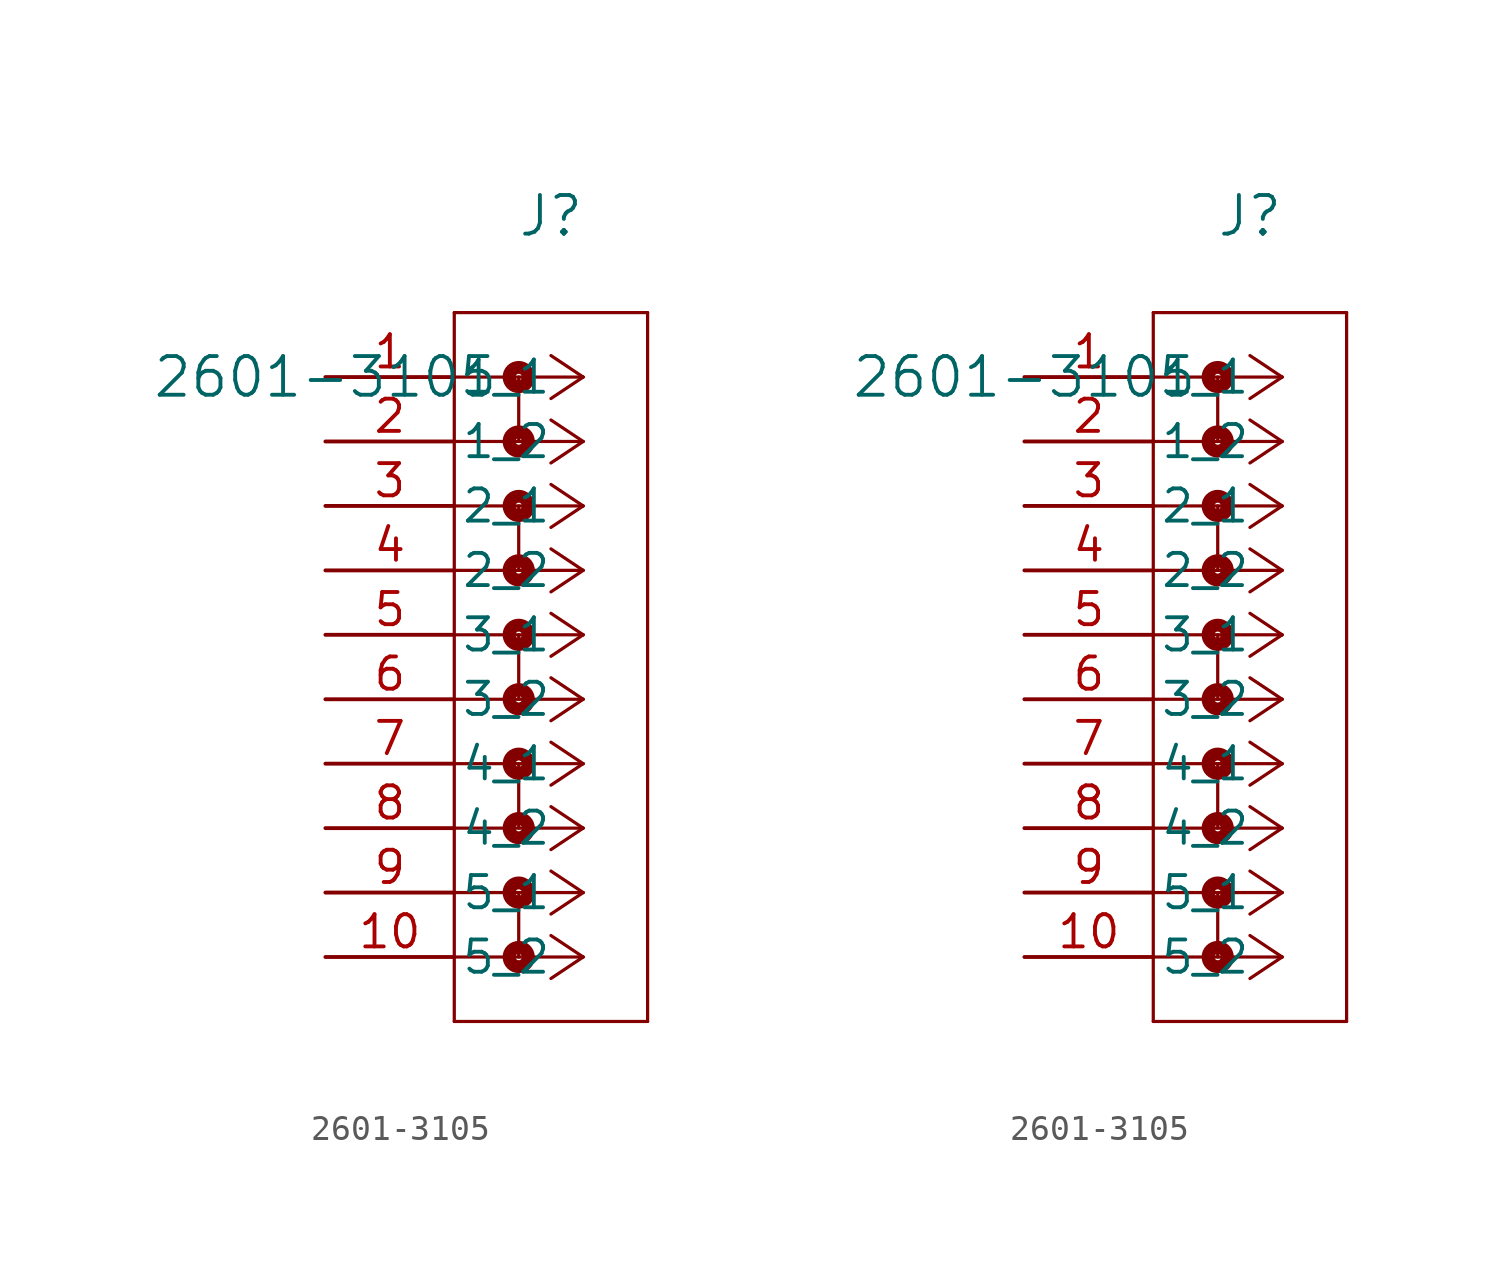
<source format=kicad_sym>
(kicad_symbol_lib
  (version 20211014)
  (generator kicad_symbol_editor)
  (symbol "2601-3105"
    (pin_names
      (offset 0.254))
    (property "Reference" "J"
      (at 8.89 6.35 0)
      (effects (font (size 1.524 1.524))))
    (property "Value" "2601-3105"
      (at 0 0 0)
      (effects (font (size 1.524 1.524))))
    (symbol "2601-3105_1_1"
      (polyline (pts (xy 10.16 0) (xy 5.08 0)) (stroke (width 0.127) (type default) (color 0 0 0 0)) (fill (type none)))
      (polyline (pts (xy 10.16 -2.54) (xy 5.08 -2.54)) (stroke (width 0.127) (type default) (color 0 0 0 0)) (fill (type none)))
      (polyline (pts (xy 10.16 -5.08) (xy 5.08 -5.08)) (stroke (width 0.127) (type default) (color 0 0 0 0)) (fill (type none)))
      (polyline (pts (xy 10.16 -7.62) (xy 5.08 -7.62)) (stroke (width 0.127) (type default) (color 0 0 0 0)) (fill (type none)))
      (polyline (pts (xy 10.16 -10.16) (xy 5.08 -10.16)) (stroke (width 0.127) (type default) (color 0 0 0 0)) (fill (type none)))
      (polyline (pts (xy 10.16 -12.7) (xy 5.08 -12.7)) (stroke (width 0.127) (type default) (color 0 0 0 0)) (fill (type none)))
      (polyline (pts (xy 10.16 -15.24) (xy 5.08 -15.24)) (stroke (width 0.127) (type default) (color 0 0 0 0)) (fill (type none)))
      (polyline (pts (xy 10.16 -17.78) (xy 5.08 -17.78)) (stroke (width 0.127) (type default) (color 0 0 0 0)) (fill (type none)))
      (polyline (pts (xy 10.16 -20.32) (xy 5.08 -20.32)) (stroke (width 0.127) (type default) (color 0 0 0 0)) (fill (type none)))
      (polyline (pts (xy 10.16 -22.86) (xy 5.08 -22.86)) (stroke (width 0.127) (type default) (color 0 0 0 0)) (fill (type none)))
      (polyline (pts (xy 10.16 0) (xy 8.89 0.847)) (stroke (width 0.127) (type default) (color 0 0 0 0)) (fill (type none)))
      (polyline (pts (xy 10.16 -2.54) (xy 8.89 -1.693)) (stroke (width 0.127) (type default) (color 0 0 0 0)) (fill (type none)))
      (polyline (pts (xy 10.16 -5.08) (xy 8.89 -4.233)) (stroke (width 0.127) (type default) (color 0 0 0 0)) (fill (type none)))
      (polyline (pts (xy 10.16 -7.62) (xy 8.89 -6.773)) (stroke (width 0.127) (type default) (color 0 0 0 0)) (fill (type none)))
      (polyline (pts (xy 10.16 -10.16) (xy 8.89 -9.313)) (stroke (width 0.127) (type default) (color 0 0 0 0)) (fill (type none)))
      (polyline (pts (xy 10.16 -12.7) (xy 8.89 -11.853)) (stroke (width 0.127) (type default) (color 0 0 0 0)) (fill (type none)))
      (polyline (pts (xy 10.16 -15.24) (xy 8.89 -14.393)) (stroke (width 0.127) (type default) (color 0 0 0 0)) (fill (type none)))
      (polyline (pts (xy 10.16 -17.78) (xy 8.89 -16.933)) (stroke (width 0.127) (type default) (color 0 0 0 0)) (fill (type none)))
      (polyline (pts (xy 10.16 -20.32) (xy 8.89 -19.473)) (stroke (width 0.127) (type default) (color 0 0 0 0)) (fill (type none)))
      (polyline (pts (xy 10.16 -22.86) (xy 8.89 -22.013)) (stroke (width 0.127) (type default) (color 0 0 0 0)) (fill (type none)))
      (polyline (pts (xy 10.16 0) (xy 8.89 -0.847)) (stroke (width 0.127) (type default) (color 0 0 0 0)) (fill (type none)))
      (polyline (pts (xy 10.16 -2.54) (xy 8.89 -3.387)) (stroke (width 0.127) (type default) (color 0 0 0 0)) (fill (type none)))
      (polyline (pts (xy 10.16 -5.08) (xy 8.89 -5.927)) (stroke (width 0.127) (type default) (color 0 0 0 0)) (fill (type none)))
      (polyline (pts (xy 10.16 -7.62) (xy 8.89 -8.467)) (stroke (width 0.127) (type default) (color 0 0 0 0)) (fill (type none)))
      (polyline (pts (xy 10.16 -10.16) (xy 8.89 -11.007)) (stroke (width 0.127) (type default) (color 0 0 0 0)) (fill (type none)))
      (polyline (pts (xy 10.16 -12.7) (xy 8.89 -13.547)) (stroke (width 0.127) (type default) (color 0 0 0 0)) (fill (type none)))
      (polyline (pts (xy 10.16 -15.24) (xy 8.89 -16.087)) (stroke (width 0.127) (type default) (color 0 0 0 0)) (fill (type none)))
      (polyline (pts (xy 10.16 -17.78) (xy 8.89 -18.627)) (stroke (width 0.127) (type default) (color 0 0 0 0)) (fill (type none)))
      (polyline (pts (xy 10.16 -20.32) (xy 8.89 -21.167)) (stroke (width 0.127) (type default) (color 0 0 0 0)) (fill (type none)))
      (polyline (pts (xy 10.16 -22.86) (xy 8.89 -23.707)) (stroke (width 0.127) (type default) (color 0 0 0 0)) (fill (type none)))
      (polyline (pts (xy 5.08 2.54) (xy 5.08 -25.4)) (stroke (width 0.127) (type default) (color 0 0 0 0)) (fill (type none)))
      (polyline (pts (xy 5.08 -25.4) (xy 12.7 -25.4)) (stroke (width 0.127) (type default) (color 0 0 0 0)) (fill (type none)))
      (polyline (pts (xy 12.7 -25.4) (xy 12.7 2.54)) (stroke (width 0.127) (type default) (color 0 0 0 0)) (fill (type none)))
      (polyline (pts (xy 12.7 2.54) (xy 5.08 2.54)) (stroke (width 0.127) (type default) (color 0 0 0 0)) (fill (type none)))
      (circle (center 7.62 0) (radius 0.127) (stroke (width 0.508) (type default) (color 0 0 0 0)) (fill (type none)))
      (polyline (pts (xy 7.62 0) (xy 7.62 -2.54)) (stroke (width 0.127) (type default) (color 0 0 0 0)) (fill (type none)))
      (circle (center 7.62 -2.54) (radius 0.127) (stroke (width 0.508) (type default) (color 0 0 0 0)) (fill (type none)))
      (circle (center 7.62 -5.08) (radius 0.127) (stroke (width 0.508) (type default) (color 0 0 0 0)) (fill (type none)))
      (polyline (pts (xy 7.62 -5.08) (xy 7.62 -7.62)) (stroke (width 0.127) (type default) (color 0 0 0 0)) (fill (type none)))
      (circle (center 7.62 -7.62) (radius 0.127) (stroke (width 0.508) (type default) (color 0 0 0 0)) (fill (type none)))
      (circle (center 7.62 -10.16) (radius 0.127) (stroke (width 0.508) (type default) (color 0 0 0 0)) (fill (type none)))
      (polyline (pts (xy 7.62 -10.16) (xy 7.62 -12.7)) (stroke (width 0.127) (type default) (color 0 0 0 0)) (fill (type none)))
      (circle (center 7.62 -12.7) (radius 0.127) (stroke (width 0.508) (type default) (color 0 0 0 0)) (fill (type none)))
      (circle (center 7.62 -15.24) (radius 0.127) (stroke (width 0.508) (type default) (color 0 0 0 0)) (fill (type none)))
      (polyline (pts (xy 7.62 -15.24) (xy 7.62 -17.78)) (stroke (width 0.127) (type default) (color 0 0 0 0)) (fill (type none)))
      (circle (center 7.62 -17.78) (radius 0.127) (stroke (width 0.508) (type default) (color 0 0 0 0)) (fill (type none)))
      (circle (center 7.62 -20.32) (radius 0.127) (stroke (width 0.508) (type default) (color 0 0 0 0)) (fill (type none)))
      (polyline (pts (xy 7.62 -20.32) (xy 7.62 -22.86)) (stroke (width 0.127) (type default) (color 0 0 0 0)) (fill (type none)))
      (circle (center 7.62 -22.86) (radius 0.127) (stroke (width 0.508) (type default) (color 0 0 0 0)) (fill (type none)))
      (pin unspecified line (at 0 0 0) (length 5.08) (name "1_1" (effects (font (size 1.27 1.27)))) (number "1" (effects (font (size 1.27 1.27)))))
      (pin unspecified line (at 0 -2.54 0) (length 5.08) (name "1_2" (effects (font (size 1.27 1.27)))) (number "2" (effects (font (size 1.27 1.27)))))
      (pin unspecified line (at 0 -5.08 0) (length 5.08) (name "2_1" (effects (font (size 1.27 1.27)))) (number "3" (effects (font (size 1.27 1.27)))))
      (pin unspecified line (at 0 -7.62 0) (length 5.08) (name "2_2" (effects (font (size 1.27 1.27)))) (number "4" (effects (font (size 1.27 1.27)))))
      (pin unspecified line (at 0 -10.16 0) (length 5.08) (name "3_1" (effects (font (size 1.27 1.27)))) (number "5" (effects (font (size 1.27 1.27)))))
      (pin unspecified line (at 0 -12.7 0) (length 5.08) (name "3_2" (effects (font (size 1.27 1.27)))) (number "6" (effects (font (size 1.27 1.27)))))
      (pin unspecified line (at 0 -15.24 0) (length 5.08) (name "4_1" (effects (font (size 1.27 1.27)))) (number "7" (effects (font (size 1.27 1.27)))))
      (pin unspecified line (at 0 -17.78 0) (length 5.08) (name "4_2" (effects (font (size 1.27 1.27)))) (number "8" (effects (font (size 1.27 1.27)))))
      (pin unspecified line (at 0 -20.32 0) (length 5.08) (name "5_1" (effects (font (size 1.27 1.27)))) (number "9" (effects (font (size 1.27 1.27)))))
      (pin unspecified line (at 0 -22.86 0) (length 5.08) (name "5_2" (effects (font (size 1.27 1.27)))) (number "10" (effects (font (size 1.27 1.27))))))
    (symbol "2601-3105_1_2"
      (polyline (pts (xy 10.16 0) (xy 5.08 0)) (stroke (width 0.127) (type default) (color 0 0 0 0)) (fill (type none)))
      (polyline (pts (xy 10.16 -2.54) (xy 5.08 -2.54)) (stroke (width 0.127) (type default) (color 0 0 0 0)) (fill (type none)))
      (polyline (pts (xy 10.16 -5.08) (xy 5.08 -5.08)) (stroke (width 0.127) (type default) (color 0 0 0 0)) (fill (type none)))
      (polyline (pts (xy 10.16 -7.62) (xy 5.08 -7.62)) (stroke (width 0.127) (type default) (color 0 0 0 0)) (fill (type none)))
      (polyline (pts (xy 10.16 -10.16) (xy 5.08 -10.16)) (stroke (width 0.127) (type default) (color 0 0 0 0)) (fill (type none)))
      (polyline (pts (xy 10.16 -12.7) (xy 5.08 -12.7)) (stroke (width 0.127) (type default) (color 0 0 0 0)) (fill (type none)))
      (polyline (pts (xy 10.16 -15.24) (xy 5.08 -15.24)) (stroke (width 0.127) (type default) (color 0 0 0 0)) (fill (type none)))
      (polyline (pts (xy 10.16 -17.78) (xy 5.08 -17.78)) (stroke (width 0.127) (type default) (color 0 0 0 0)) (fill (type none)))
      (polyline (pts (xy 10.16 -20.32) (xy 5.08 -20.32)) (stroke (width 0.127) (type default) (color 0 0 0 0)) (fill (type none)))
      (polyline (pts (xy 10.16 -22.86) (xy 5.08 -22.86)) (stroke (width 0.127) (type default) (color 0 0 0 0)) (fill (type none)))
      (polyline (pts (xy 10.16 0) (xy 8.89 0.847)) (stroke (width 0.127) (type default) (color 0 0 0 0)) (fill (type none)))
      (polyline (pts (xy 10.16 -2.54) (xy 8.89 -1.693)) (stroke (width 0.127) (type default) (color 0 0 0 0)) (fill (type none)))
      (polyline (pts (xy 10.16 -5.08) (xy 8.89 -4.233)) (stroke (width 0.127) (type default) (color 0 0 0 0)) (fill (type none)))
      (polyline (pts (xy 10.16 -7.62) (xy 8.89 -6.773)) (stroke (width 0.127) (type default) (color 0 0 0 0)) (fill (type none)))
      (polyline (pts (xy 10.16 -10.16) (xy 8.89 -9.313)) (stroke (width 0.127) (type default) (color 0 0 0 0)) (fill (type none)))
      (polyline (pts (xy 10.16 -12.7) (xy 8.89 -11.853)) (stroke (width 0.127) (type default) (color 0 0 0 0)) (fill (type none)))
      (polyline (pts (xy 10.16 -15.24) (xy 8.89 -14.393)) (stroke (width 0.127) (type default) (color 0 0 0 0)) (fill (type none)))
      (polyline (pts (xy 10.16 -17.78) (xy 8.89 -16.933)) (stroke (width 0.127) (type default) (color 0 0 0 0)) (fill (type none)))
      (polyline (pts (xy 10.16 -20.32) (xy 8.89 -19.473)) (stroke (width 0.127) (type default) (color 0 0 0 0)) (fill (type none)))
      (polyline (pts (xy 10.16 -22.86) (xy 8.89 -22.013)) (stroke (width 0.127) (type default) (color 0 0 0 0)) (fill (type none)))
      (polyline (pts (xy 10.16 0) (xy 8.89 -0.847)) (stroke (width 0.127) (type default) (color 0 0 0 0)) (fill (type none)))
      (polyline (pts (xy 10.16 -2.54) (xy 8.89 -3.387)) (stroke (width 0.127) (type default) (color 0 0 0 0)) (fill (type none)))
      (polyline (pts (xy 10.16 -5.08) (xy 8.89 -5.927)) (stroke (width 0.127) (type default) (color 0 0 0 0)) (fill (type none)))
      (polyline (pts (xy 10.16 -7.62) (xy 8.89 -8.467)) (stroke (width 0.127) (type default) (color 0 0 0 0)) (fill (type none)))
      (polyline (pts (xy 10.16 -10.16) (xy 8.89 -11.007)) (stroke (width 0.127) (type default) (color 0 0 0 0)) (fill (type none)))
      (polyline (pts (xy 10.16 -12.7) (xy 8.89 -13.547)) (stroke (width 0.127) (type default) (color 0 0 0 0)) (fill (type none)))
      (polyline (pts (xy 10.16 -15.24) (xy 8.89 -16.087)) (stroke (width 0.127) (type default) (color 0 0 0 0)) (fill (type none)))
      (polyline (pts (xy 10.16 -17.78) (xy 8.89 -18.627)) (stroke (width 0.127) (type default) (color 0 0 0 0)) (fill (type none)))
      (polyline (pts (xy 10.16 -20.32) (xy 8.89 -21.167)) (stroke (width 0.127) (type default) (color 0 0 0 0)) (fill (type none)))
      (polyline (pts (xy 10.16 -22.86) (xy 8.89 -23.707)) (stroke (width 0.127) (type default) (color 0 0 0 0)) (fill (type none)))
      (polyline (pts (xy 5.08 2.54) (xy 5.08 -25.4)) (stroke (width 0.127) (type default) (color 0 0 0 0)) (fill (type none)))
      (polyline (pts (xy 5.08 -25.4) (xy 12.7 -25.4)) (stroke (width 0.127) (type default) (color 0 0 0 0)) (fill (type none)))
      (polyline (pts (xy 12.7 -25.4) (xy 12.7 2.54)) (stroke (width 0.127) (type default) (color 0 0 0 0)) (fill (type none)))
      (polyline (pts (xy 12.7 2.54) (xy 5.08 2.54)) (stroke (width 0.127) (type default) (color 0 0 0 0)) (fill (type none)))
      (circle (center 7.62 0) (radius 0.127) (stroke (width 0.508) (type default) (color 0 0 0 0)) (fill (type none)))
      (polyline (pts (xy 7.62 0) (xy 7.62 -2.54)) (stroke (width 0.127) (type default) (color 0 0 0 0)) (fill (type none)))
      (circle (center 7.62 -2.54) (radius 0.127) (stroke (width 0.508) (type default) (color 0 0 0 0)) (fill (type none)))
      (circle (center 7.62 -5.08) (radius 0.127) (stroke (width 0.508) (type default) (color 0 0 0 0)) (fill (type none)))
      (polyline (pts (xy 7.62 -5.08) (xy 7.62 -7.62)) (stroke (width 0.127) (type default) (color 0 0 0 0)) (fill (type none)))
      (circle (center 7.62 -7.62) (radius 0.127) (stroke (width 0.508) (type default) (color 0 0 0 0)) (fill (type none)))
      (circle (center 7.62 -10.16) (radius 0.127) (stroke (width 0.508) (type default) (color 0 0 0 0)) (fill (type none)))
      (polyline (pts (xy 7.62 -10.16) (xy 7.62 -12.7)) (stroke (width 0.127) (type default) (color 0 0 0 0)) (fill (type none)))
      (circle (center 7.62 -12.7) (radius 0.127) (stroke (width 0.508) (type default) (color 0 0 0 0)) (fill (type none)))
      (circle (center 7.62 -15.24) (radius 0.127) (stroke (width 0.508) (type default) (color 0 0 0 0)) (fill (type none)))
      (polyline (pts (xy 7.62 -15.24) (xy 7.62 -17.78)) (stroke (width 0.127) (type default) (color 0 0 0 0)) (fill (type none)))
      (circle (center 7.62 -17.78) (radius 0.127) (stroke (width 0.508) (type default) (color 0 0 0 0)) (fill (type none)))
      (circle (center 7.62 -20.32) (radius 0.127) (stroke (width 0.508) (type default) (color 0 0 0 0)) (fill (type none)))
      (polyline (pts (xy 7.62 -20.32) (xy 7.62 -22.86)) (stroke (width 0.127) (type default) (color 0 0 0 0)) (fill (type none)))
      (circle (center 7.62 -22.86) (radius 0.127) (stroke (width 0.508) (type default) (color 0 0 0 0)) (fill (type none)))
      (pin unspecified line (at 0 0 0) (length 5.08) (name "1_1" (effects (font (size 1.27 1.27)))) (number "1" (effects (font (size 1.27 1.27)))))
      (pin unspecified line (at 0 -2.54 0) (length 5.08) (name "1_2" (effects (font (size 1.27 1.27)))) (number "2" (effects (font (size 1.27 1.27)))))
      (pin unspecified line (at 0 -5.08 0) (length 5.08) (name "2_1" (effects (font (size 1.27 1.27)))) (number "3" (effects (font (size 1.27 1.27)))))
      (pin unspecified line (at 0 -7.62 0) (length 5.08) (name "2_2" (effects (font (size 1.27 1.27)))) (number "4" (effects (font (size 1.27 1.27)))))
      (pin unspecified line (at 0 -10.16 0) (length 5.08) (name "3_1" (effects (font (size 1.27 1.27)))) (number "5" (effects (font (size 1.27 1.27)))))
      (pin unspecified line (at 0 -12.7 0) (length 5.08) (name "3_2" (effects (font (size 1.27 1.27)))) (number "6" (effects (font (size 1.27 1.27)))))
      (pin unspecified line (at 0 -15.24 0) (length 5.08) (name "4_1" (effects (font (size 1.27 1.27)))) (number "7" (effects (font (size 1.27 1.27)))))
      (pin unspecified line (at 0 -17.78 0) (length 5.08) (name "4_2" (effects (font (size 1.27 1.27)))) (number "8" (effects (font (size 1.27 1.27)))))
      (pin unspecified line (at 0 -20.32 0) (length 5.08) (name "5_1" (effects (font (size 1.27 1.27)))) (number "9" (effects (font (size 1.27 1.27)))))
      (pin unspecified line (at 0 -22.86 0) (length 5.08) (name "5_2" (effects (font (size 1.27 1.27)))) (number "10" (effects (font (size 1.27 1.27))))))))
</source>
